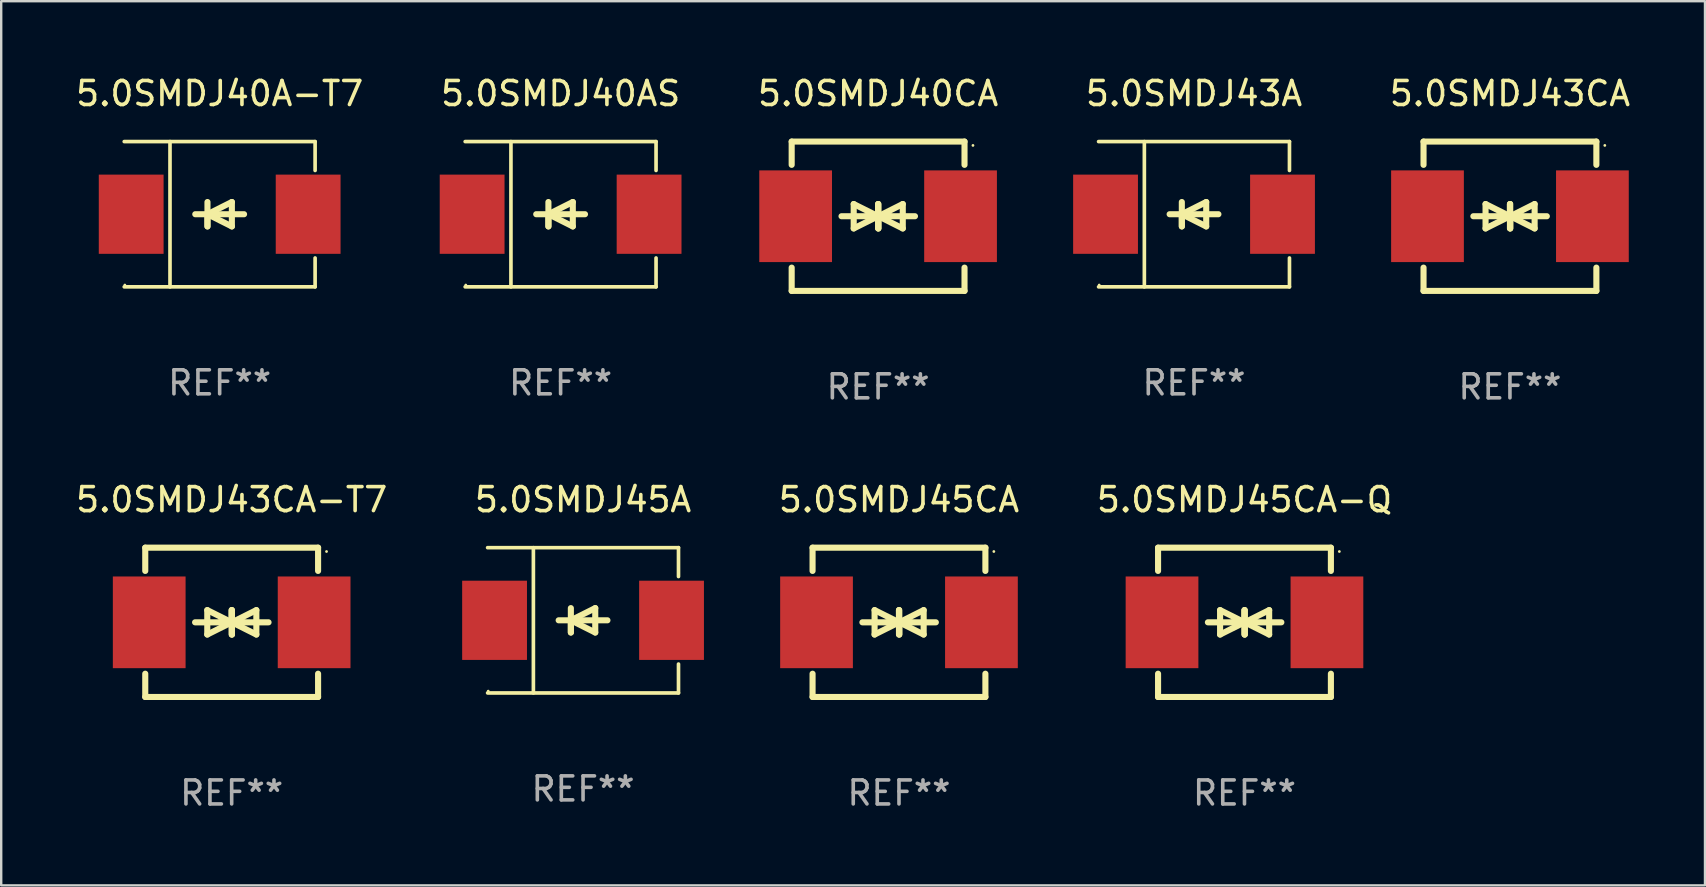
<source format=kicad_pcb>
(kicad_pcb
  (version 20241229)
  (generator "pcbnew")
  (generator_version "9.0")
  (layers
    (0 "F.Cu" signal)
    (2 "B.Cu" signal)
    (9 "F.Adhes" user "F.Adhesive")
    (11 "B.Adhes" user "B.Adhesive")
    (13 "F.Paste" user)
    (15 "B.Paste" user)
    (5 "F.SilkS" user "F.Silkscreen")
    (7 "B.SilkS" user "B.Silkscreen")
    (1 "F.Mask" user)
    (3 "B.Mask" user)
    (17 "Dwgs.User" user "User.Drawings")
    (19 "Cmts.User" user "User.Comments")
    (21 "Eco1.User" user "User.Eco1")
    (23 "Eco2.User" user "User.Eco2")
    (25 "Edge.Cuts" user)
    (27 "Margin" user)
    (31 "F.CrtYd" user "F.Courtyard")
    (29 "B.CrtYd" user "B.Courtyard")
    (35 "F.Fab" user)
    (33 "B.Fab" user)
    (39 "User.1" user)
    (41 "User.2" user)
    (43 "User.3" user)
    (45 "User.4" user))
  (footprint "5.0SMDJ43CA"
    (layer "F.Cu")
    (at 59.852 5.958)
    (property "Reference" "5.0SMDJ43CA" (at 0 -5.11 0) (layer "F.SilkS") (effects (font (size 1 1) (thickness 0.15))))
    (attr through_hole)
    (fp_line (start -3.6 -2.141) (end -3.6 -3.11) (stroke (width 0.254) (type solid)) (layer "F.SilkS"))
    (fp_line (start -3.6 3.11) (end -3.6 2.141) (stroke (width 0.254) (type solid)) (layer "F.SilkS"))
    (fp_line (start -1.524 0) (end 0.508 0) (stroke (width 0.254) (type solid)) (layer "F.SilkS"))
    (fp_line (start -1.016 -0.508) (end -1.016 0.508) (stroke (width 0.254) (type solid)) (layer "F.SilkS"))
    (fp_line (start -1.016 0.508) (end 0 0) (stroke (width 0.254) (type solid)) (layer "F.SilkS"))
    (fp_line (start 0 -0.508) (end 0 0.508) (stroke (width 0.254) (type solid)) (layer "F.SilkS"))
    (fp_line (start 0 0) (end -1.016 -0.508) (stroke (width 0.254) (type solid)) (layer "F.SilkS"))
    (fp_line (start 0 0) (end 0 -0.508) (stroke (width 0.254) (type solid)) (layer "F.SilkS"))
    (fp_line (start 0.012 0) (end 0.012 0.508) (stroke (width 0.254) (type solid)) (layer "F.SilkS"))
    (fp_line (start 0.012 0) (end 1.028 0.508) (stroke (width 0.254) (type solid)) (layer "F.SilkS"))
    (fp_line (start 0.012 0.508) (end 0.012 -0.508) (stroke (width 0.254) (type solid)) (layer "F.SilkS"))
    (fp_line (start 1.028 -0.508) (end 0.012 0) (stroke (width 0.254) (type solid)) (layer "F.SilkS"))
    (fp_line (start 1.028 0.508) (end 1.028 -0.508) (stroke (width 0.254) (type solid)) (layer "F.SilkS"))
    (fp_line (start 1.536 0) (end -0.496 0) (stroke (width 0.254) (type solid)) (layer "F.SilkS"))
    (fp_line (start 3.6 -3.11) (end -3.6 -3.11) (stroke (width 0.254) (type solid)) (layer "F.SilkS"))
    (fp_line (start 3.6 -2.141) (end 3.6 -3.11) (stroke (width 0.254) (type solid)) (layer "F.SilkS"))
    (fp_line (start 3.6 3.11) (end -3.6 3.11) (stroke (width 0.254) (type solid)) (layer "F.SilkS"))
    (fp_line (start 3.6 3.11) (end 3.6 2.141) (stroke (width 0.254) (type solid)) (layer "F.SilkS"))
    (fp_circle (center 3.952 -2.95) (end 3.982 -2.95) (stroke (width 0.06) (type solid)) (fill no) (layer "F.SilkS"))
    (fp_text user "REF**" (at 0 7.11 0) (layer "F.Fab") (effects (font (size 1 1) (thickness 0.15))))
    (pad "1" smd rect (at 3.435 0) (size 3.03 3.82) (layers "F.Cu" "F.Mask" "F.Paste"))
    (pad "2" smd rect (at -3.435 0) (size 3.03 3.82) (layers "F.Cu" "F.Mask" "F.Paste")))
  (footprint "5.0SMDJ45A"
    (layer "F.Cu")
    (at 21.239 22.791)
    (property "Reference" "5.0SMDJ45A" (at 0 -5.026 0) (layer "F.SilkS") (effects (font (size 1 1) (thickness 0.15))))
    (attr through_hole)
    (fp_line (start -3.976 -3.026) (end 3.976 -3.026) (stroke (width 0.152) (type solid)) (layer "F.SilkS"))
    (fp_line (start -3.976 3.026) (end 3.976 3.026) (stroke (width 0.152) (type solid)) (layer "F.SilkS"))
    (fp_line (start -2.069 -3.026) (end -2.069 3.026) (stroke (width 0.152) (type solid)) (layer "F.SilkS"))
    (fp_line (start -0.508 0) (end -0.508 0.508) (stroke (width 0.254) (type solid)) (layer "F.SilkS"))
    (fp_line (start -0.508 0) (end 0.508 0.508) (stroke (width 0.254) (type solid)) (layer "F.SilkS"))
    (fp_line (start -0.508 0.508) (end -0.508 -0.508) (stroke (width 0.254) (type solid)) (layer "F.SilkS"))
    (fp_line (start 0.508 -0.508) (end -0.508 0) (stroke (width 0.254) (type solid)) (layer "F.SilkS"))
    (fp_line (start 0.508 0.508) (end 0.508 -0.508) (stroke (width 0.254) (type solid)) (layer "F.SilkS"))
    (fp_line (start 1.016 0) (end -1.016 0) (stroke (width 0.254) (type solid)) (layer "F.SilkS"))
    (fp_line (start 3.976 -3.026) (end 3.976 -1.823) (stroke (width 0.152) (type solid)) (layer "F.SilkS"))
    (fp_line (start 3.976 3.026) (end 3.976 1.823) (stroke (width 0.152) (type solid)) (layer "F.SilkS"))
    (fp_circle (center -3.95 2.95) (end -3.92 2.95) (stroke (width 0.06) (type solid)) (fill no) (layer "F.SilkS"))
    (fp_text user "REF**" (at 0 7.026 0) (layer "F.Fab") (effects (font (size 1 1) (thickness 0.15))))
    (pad "1" smd rect (at -3.686 0) (size 2.7 3.3) (layers "F.Cu" "F.Mask" "F.Paste"))
    (pad "2" smd rect (at 3.686 0) (size 2.7 3.3) (layers "F.Cu" "F.Mask" "F.Paste")))
  (footprint "5.0SMDJ43CA-T7"
    (layer "F.Cu")
    (at 6.601 22.875)
    (property "Reference" "5.0SMDJ43CA-T7" (at 0 -5.11 0) (layer "F.SilkS") (effects (font (size 1 1) (thickness 0.15))))
    (attr through_hole)
    (fp_line (start -3.6 -2.141) (end -3.6 -3.11) (stroke (width 0.254) (type solid)) (layer "F.SilkS"))
    (fp_line (start -3.6 3.11) (end -3.6 2.141) (stroke (width 0.254) (type solid)) (layer "F.SilkS"))
    (fp_line (start -1.524 0) (end 0.508 0) (stroke (width 0.254) (type solid)) (layer "F.SilkS"))
    (fp_line (start -1.016 -0.508) (end -1.016 0.508) (stroke (width 0.254) (type solid)) (layer "F.SilkS"))
    (fp_line (start -1.016 0.508) (end 0 0) (stroke (width 0.254) (type solid)) (layer "F.SilkS"))
    (fp_line (start 0 -0.508) (end 0 0.508) (stroke (width 0.254) (type solid)) (layer "F.SilkS"))
    (fp_line (start 0 0) (end -1.016 -0.508) (stroke (width 0.254) (type solid)) (layer "F.SilkS"))
    (fp_line (start 0 0) (end 0 -0.508) (stroke (width 0.254) (type solid)) (layer "F.SilkS"))
    (fp_line (start 0.012 0) (end 0.012 0.508) (stroke (width 0.254) (type solid)) (layer "F.SilkS"))
    (fp_line (start 0.012 0) (end 1.028 0.508) (stroke (width 0.254) (type solid)) (layer "F.SilkS"))
    (fp_line (start 0.012 0.508) (end 0.012 -0.508) (stroke (width 0.254) (type solid)) (layer "F.SilkS"))
    (fp_line (start 1.028 -0.508) (end 0.012 0) (stroke (width 0.254) (type solid)) (layer "F.SilkS"))
    (fp_line (start 1.028 0.508) (end 1.028 -0.508) (stroke (width 0.254) (type solid)) (layer "F.SilkS"))
    (fp_line (start 1.536 0) (end -0.496 0) (stroke (width 0.254) (type solid)) (layer "F.SilkS"))
    (fp_line (start 3.6 -3.11) (end -3.6 -3.11) (stroke (width 0.254) (type solid)) (layer "F.SilkS"))
    (fp_line (start 3.6 -2.141) (end 3.6 -3.11) (stroke (width 0.254) (type solid)) (layer "F.SilkS"))
    (fp_line (start 3.6 3.11) (end -3.6 3.11) (stroke (width 0.254) (type solid)) (layer "F.SilkS"))
    (fp_line (start 3.6 3.11) (end 3.6 2.141) (stroke (width 0.254) (type solid)) (layer "F.SilkS"))
    (fp_circle (center 3.952 -2.95) (end 3.982 -2.95) (stroke (width 0.06) (type solid)) (fill no) (layer "F.SilkS"))
    (fp_text user "REF**" (at 0 7.11 0) (layer "F.Fab") (effects (font (size 1 1) (thickness 0.15))))
    (pad "1" smd rect (at 3.435 0) (size 3.03 3.82) (layers "F.Cu" "F.Mask" "F.Paste"))
    (pad "2" smd rect (at -3.435 0) (size 3.03 3.82) (layers "F.Cu" "F.Mask" "F.Paste")))
  (footprint "5.0SMDJ40CA"
    (layer "F.Cu")
    (at 33.53 5.958)
    (property "Reference" "5.0SMDJ40CA" (at 0 -5.11 0) (layer "F.SilkS") (effects (font (size 1 1) (thickness 0.15))))
    (attr through_hole)
    (fp_line (start -3.6 -2.141) (end -3.6 -3.11) (stroke (width 0.254) (type solid)) (layer "F.SilkS"))
    (fp_line (start -3.6 3.11) (end -3.6 2.141) (stroke (width 0.254) (type solid)) (layer "F.SilkS"))
    (fp_line (start -1.524 0) (end 0.508 0) (stroke (width 0.254) (type solid)) (layer "F.SilkS"))
    (fp_line (start -1.016 -0.508) (end -1.016 0.508) (stroke (width 0.254) (type solid)) (layer "F.SilkS"))
    (fp_line (start -1.016 0.508) (end 0 0) (stroke (width 0.254) (type solid)) (layer "F.SilkS"))
    (fp_line (start 0 -0.508) (end 0 0.508) (stroke (width 0.254) (type solid)) (layer "F.SilkS"))
    (fp_line (start 0 0) (end -1.016 -0.508) (stroke (width 0.254) (type solid)) (layer "F.SilkS"))
    (fp_line (start 0 0) (end 0 -0.508) (stroke (width 0.254) (type solid)) (layer "F.SilkS"))
    (fp_line (start 0.012 0) (end 0.012 0.508) (stroke (width 0.254) (type solid)) (layer "F.SilkS"))
    (fp_line (start 0.012 0) (end 1.028 0.508) (stroke (width 0.254) (type solid)) (layer "F.SilkS"))
    (fp_line (start 0.012 0.508) (end 0.012 -0.508) (stroke (width 0.254) (type solid)) (layer "F.SilkS"))
    (fp_line (start 1.028 -0.508) (end 0.012 0) (stroke (width 0.254) (type solid)) (layer "F.SilkS"))
    (fp_line (start 1.028 0.508) (end 1.028 -0.508) (stroke (width 0.254) (type solid)) (layer "F.SilkS"))
    (fp_line (start 1.536 0) (end -0.496 0) (stroke (width 0.254) (type solid)) (layer "F.SilkS"))
    (fp_line (start 3.6 -3.11) (end -3.6 -3.11) (stroke (width 0.254) (type solid)) (layer "F.SilkS"))
    (fp_line (start 3.6 -2.141) (end 3.6 -3.11) (stroke (width 0.254) (type solid)) (layer "F.SilkS"))
    (fp_line (start 3.6 3.11) (end -3.6 3.11) (stroke (width 0.254) (type solid)) (layer "F.SilkS"))
    (fp_line (start 3.6 3.11) (end 3.6 2.141) (stroke (width 0.254) (type solid)) (layer "F.SilkS"))
    (fp_circle (center 3.952 -2.95) (end 3.982 -2.95) (stroke (width 0.06) (type solid)) (fill no) (layer "F.SilkS"))
    (fp_text user "REF**" (at 0 7.11 0) (layer "F.Fab") (effects (font (size 1 1) (thickness 0.15))))
    (pad "1" smd rect (at 3.435 0) (size 3.03 3.82) (layers "F.Cu" "F.Mask" "F.Paste"))
    (pad "2" smd rect (at -3.435 0) (size 3.03 3.82) (layers "F.Cu" "F.Mask" "F.Paste")))
  (footprint "5.0SMDJ40AS"
    (layer "F.Cu")
    (at 20.304 5.874)
    (property "Reference" "5.0SMDJ40AS" (at 0 -5.026 0) (layer "F.SilkS") (effects (font (size 1 1) (thickness 0.15))))
    (attr through_hole)
    (fp_line (start -3.976 -3.026) (end 3.976 -3.026) (stroke (width 0.152) (type solid)) (layer "F.SilkS"))
    (fp_line (start -3.976 3.026) (end 3.976 3.026) (stroke (width 0.152) (type solid)) (layer "F.SilkS"))
    (fp_line (start -2.069 -3.026) (end -2.069 3.026) (stroke (width 0.152) (type solid)) (layer "F.SilkS"))
    (fp_line (start -0.508 0) (end -0.508 0.508) (stroke (width 0.254) (type solid)) (layer "F.SilkS"))
    (fp_line (start -0.508 0) (end 0.508 0.508) (stroke (width 0.254) (type solid)) (layer "F.SilkS"))
    (fp_line (start -0.508 0.508) (end -0.508 -0.508) (stroke (width 0.254) (type solid)) (layer "F.SilkS"))
    (fp_line (start 0.508 -0.508) (end -0.508 0) (stroke (width 0.254) (type solid)) (layer "F.SilkS"))
    (fp_line (start 0.508 0.508) (end 0.508 -0.508) (stroke (width 0.254) (type solid)) (layer "F.SilkS"))
    (fp_line (start 1.016 0) (end -1.016 0) (stroke (width 0.254) (type solid)) (layer "F.SilkS"))
    (fp_line (start 3.976 -3.026) (end 3.976 -1.823) (stroke (width 0.152) (type solid)) (layer "F.SilkS"))
    (fp_line (start 3.976 3.026) (end 3.976 1.823) (stroke (width 0.152) (type solid)) (layer "F.SilkS"))
    (fp_circle (center -3.95 2.95) (end -3.92 2.95) (stroke (width 0.06) (type solid)) (fill no) (layer "F.SilkS"))
    (fp_text user "REF**" (at 0 7.026 0) (layer "F.Fab") (effects (font (size 1 1) (thickness 0.15))))
    (pad "1" smd rect (at -3.686 0) (size 2.7 3.3) (layers "F.Cu" "F.Mask" "F.Paste"))
    (pad "2" smd rect (at 3.686 0) (size 2.7 3.3) (layers "F.Cu" "F.Mask" "F.Paste")))
  (footprint "5.0SMDJ43A"
    (layer "F.Cu")
    (at 46.691 5.874)
    (property "Reference" "5.0SMDJ43A" (at 0 -5.026 0) (layer "F.SilkS") (effects (font (size 1 1) (thickness 0.15))))
    (attr through_hole)
    (fp_line (start -3.976 -3.026) (end 3.976 -3.026) (stroke (width 0.152) (type solid)) (layer "F.SilkS"))
    (fp_line (start -3.976 3.026) (end 3.976 3.026) (stroke (width 0.152) (type solid)) (layer "F.SilkS"))
    (fp_line (start -2.069 -3.026) (end -2.069 3.026) (stroke (width 0.152) (type solid)) (layer "F.SilkS"))
    (fp_line (start -0.508 0) (end -0.508 0.508) (stroke (width 0.254) (type solid)) (layer "F.SilkS"))
    (fp_line (start -0.508 0) (end 0.508 0.508) (stroke (width 0.254) (type solid)) (layer "F.SilkS"))
    (fp_line (start -0.508 0.508) (end -0.508 -0.508) (stroke (width 0.254) (type solid)) (layer "F.SilkS"))
    (fp_line (start 0.508 -0.508) (end -0.508 0) (stroke (width 0.254) (type solid)) (layer "F.SilkS"))
    (fp_line (start 0.508 0.508) (end 0.508 -0.508) (stroke (width 0.254) (type solid)) (layer "F.SilkS"))
    (fp_line (start 1.016 0) (end -1.016 0) (stroke (width 0.254) (type solid)) (layer "F.SilkS"))
    (fp_line (start 3.976 -3.026) (end 3.976 -1.823) (stroke (width 0.152) (type solid)) (layer "F.SilkS"))
    (fp_line (start 3.976 3.026) (end 3.976 1.823) (stroke (width 0.152) (type solid)) (layer "F.SilkS"))
    (fp_circle (center -3.95 2.95) (end -3.92 2.95) (stroke (width 0.06) (type solid)) (fill no) (layer "F.SilkS"))
    (fp_text user "REF**" (at 0 7.026 0) (layer "F.Fab") (effects (font (size 1 1) (thickness 0.15))))
    (pad "1" smd rect (at -3.686 0) (size 2.7 3.3) (layers "F.Cu" "F.Mask" "F.Paste"))
    (pad "2" smd rect (at 3.686 0) (size 2.7 3.3) (layers "F.Cu" "F.Mask" "F.Paste")))
  (footprint "5.0SMDJ45CA-Q"
    (layer "F.Cu")
    (at 48.793 22.875)
    (property "Reference" "5.0SMDJ45CA-Q" (at 0 -5.11 0) (layer "F.SilkS") (effects (font (size 1 1) (thickness 0.15))))
    (attr through_hole)
    (fp_line (start -3.6 -2.141) (end -3.6 -3.11) (stroke (width 0.254) (type solid)) (layer "F.SilkS"))
    (fp_line (start -3.6 3.11) (end -3.6 2.141) (stroke (width 0.254) (type solid)) (layer "F.SilkS"))
    (fp_line (start -1.524 0) (end 0.508 0) (stroke (width 0.254) (type solid)) (layer "F.SilkS"))
    (fp_line (start -1.016 -0.508) (end -1.016 0.508) (stroke (width 0.254) (type solid)) (layer "F.SilkS"))
    (fp_line (start -1.016 0.508) (end 0 0) (stroke (width 0.254) (type solid)) (layer "F.SilkS"))
    (fp_line (start 0 -0.508) (end 0 0.508) (stroke (width 0.254) (type solid)) (layer "F.SilkS"))
    (fp_line (start 0 0) (end -1.016 -0.508) (stroke (width 0.254) (type solid)) (layer "F.SilkS"))
    (fp_line (start 0 0) (end 0 -0.508) (stroke (width 0.254) (type solid)) (layer "F.SilkS"))
    (fp_line (start 0.012 0) (end 0.012 0.508) (stroke (width 0.254) (type solid)) (layer "F.SilkS"))
    (fp_line (start 0.012 0) (end 1.028 0.508) (stroke (width 0.254) (type solid)) (layer "F.SilkS"))
    (fp_line (start 0.012 0.508) (end 0.012 -0.508) (stroke (width 0.254) (type solid)) (layer "F.SilkS"))
    (fp_line (start 1.028 -0.508) (end 0.012 0) (stroke (width 0.254) (type solid)) (layer "F.SilkS"))
    (fp_line (start 1.028 0.508) (end 1.028 -0.508) (stroke (width 0.254) (type solid)) (layer "F.SilkS"))
    (fp_line (start 1.536 0) (end -0.496 0) (stroke (width 0.254) (type solid)) (layer "F.SilkS"))
    (fp_line (start 3.6 -3.11) (end -3.6 -3.11) (stroke (width 0.254) (type solid)) (layer "F.SilkS"))
    (fp_line (start 3.6 -2.141) (end 3.6 -3.11) (stroke (width 0.254) (type solid)) (layer "F.SilkS"))
    (fp_line (start 3.6 3.11) (end -3.6 3.11) (stroke (width 0.254) (type solid)) (layer "F.SilkS"))
    (fp_line (start 3.6 3.11) (end 3.6 2.141) (stroke (width 0.254) (type solid)) (layer "F.SilkS"))
    (fp_circle (center 3.952 -2.95) (end 3.982 -2.95) (stroke (width 0.06) (type solid)) (fill no) (layer "F.SilkS"))
    (fp_text user "REF**" (at 0 7.11 0) (layer "F.Fab") (effects (font (size 1 1) (thickness 0.15))))
    (pad "1" smd rect (at 3.435 0) (size 3.03 3.82) (layers "F.Cu" "F.Mask" "F.Paste"))
    (pad "2" smd rect (at -3.435 0) (size 3.03 3.82) (layers "F.Cu" "F.Mask" "F.Paste")))
  (footprint "5.0SMDJ40A-T7"
    (layer "F.Cu")
    (at 6.101 5.874)
    (property "Reference" "5.0SMDJ40A-T7" (at 0 -5.026 0) (layer "F.SilkS") (effects (font (size 1 1) (thickness 0.15))))
    (attr through_hole)
    (fp_line (start -3.976 -3.026) (end 3.976 -3.026) (stroke (width 0.152) (type solid)) (layer "F.SilkS"))
    (fp_line (start -3.976 3.026) (end 3.976 3.026) (stroke (width 0.152) (type solid)) (layer "F.SilkS"))
    (fp_line (start -2.069 -3.026) (end -2.069 3.026) (stroke (width 0.152) (type solid)) (layer "F.SilkS"))
    (fp_line (start -0.508 0) (end -0.508 0.508) (stroke (width 0.254) (type solid)) (layer "F.SilkS"))
    (fp_line (start -0.508 0) (end 0.508 0.508) (stroke (width 0.254) (type solid)) (layer "F.SilkS"))
    (fp_line (start -0.508 0.508) (end -0.508 -0.508) (stroke (width 0.254) (type solid)) (layer "F.SilkS"))
    (fp_line (start 0.508 -0.508) (end -0.508 0) (stroke (width 0.254) (type solid)) (layer "F.SilkS"))
    (fp_line (start 0.508 0.508) (end 0.508 -0.508) (stroke (width 0.254) (type solid)) (layer "F.SilkS"))
    (fp_line (start 1.016 0) (end -1.016 0) (stroke (width 0.254) (type solid)) (layer "F.SilkS"))
    (fp_line (start 3.976 -3.026) (end 3.976 -1.823) (stroke (width 0.152) (type solid)) (layer "F.SilkS"))
    (fp_line (start 3.976 3.026) (end 3.976 1.823) (stroke (width 0.152) (type solid)) (layer "F.SilkS"))
    (fp_circle (center -3.95 2.95) (end -3.92 2.95) (stroke (width 0.06) (type solid)) (fill no) (layer "F.SilkS"))
    (fp_text user "REF**" (at 0 7.026 0) (layer "F.Fab") (effects (font (size 1 1) (thickness 0.15))))
    (pad "1" smd rect (at -3.686 0) (size 2.7 3.3) (layers "F.Cu" "F.Mask" "F.Paste"))
    (pad "2" smd rect (at 3.686 0) (size 2.7 3.3) (layers "F.Cu" "F.Mask" "F.Paste")))
  (footprint "5.0SMDJ45CA"
    (layer "F.Cu")
    (at 34.4 22.875)
    (property "Reference" "5.0SMDJ45CA" (at 0 -5.11 0) (layer "F.SilkS") (effects (font (size 1 1) (thickness 0.15))))
    (attr through_hole)
    (fp_line (start -3.6 -2.141) (end -3.6 -3.11) (stroke (width 0.254) (type solid)) (layer "F.SilkS"))
    (fp_line (start -3.6 3.11) (end -3.6 2.141) (stroke (width 0.254) (type solid)) (layer "F.SilkS"))
    (fp_line (start -1.524 0) (end 0.508 0) (stroke (width 0.254) (type solid)) (layer "F.SilkS"))
    (fp_line (start -1.016 -0.508) (end -1.016 0.508) (stroke (width 0.254) (type solid)) (layer "F.SilkS"))
    (fp_line (start -1.016 0.508) (end 0 0) (stroke (width 0.254) (type solid)) (layer "F.SilkS"))
    (fp_line (start 0 -0.508) (end 0 0.508) (stroke (width 0.254) (type solid)) (layer "F.SilkS"))
    (fp_line (start 0 0) (end -1.016 -0.508) (stroke (width 0.254) (type solid)) (layer "F.SilkS"))
    (fp_line (start 0 0) (end 0 -0.508) (stroke (width 0.254) (type solid)) (layer "F.SilkS"))
    (fp_line (start 0.012 0) (end 0.012 0.508) (stroke (width 0.254) (type solid)) (layer "F.SilkS"))
    (fp_line (start 0.012 0) (end 1.028 0.508) (stroke (width 0.254) (type solid)) (layer "F.SilkS"))
    (fp_line (start 0.012 0.508) (end 0.012 -0.508) (stroke (width 0.254) (type solid)) (layer "F.SilkS"))
    (fp_line (start 1.028 -0.508) (end 0.012 0) (stroke (width 0.254) (type solid)) (layer "F.SilkS"))
    (fp_line (start 1.028 0.508) (end 1.028 -0.508) (stroke (width 0.254) (type solid)) (layer "F.SilkS"))
    (fp_line (start 1.536 0) (end -0.496 0) (stroke (width 0.254) (type solid)) (layer "F.SilkS"))
    (fp_line (start 3.6 -3.11) (end -3.6 -3.11) (stroke (width 0.254) (type solid)) (layer "F.SilkS"))
    (fp_line (start 3.6 -2.141) (end 3.6 -3.11) (stroke (width 0.254) (type solid)) (layer "F.SilkS"))
    (fp_line (start 3.6 3.11) (end -3.6 3.11) (stroke (width 0.254) (type solid)) (layer "F.SilkS"))
    (fp_line (start 3.6 3.11) (end 3.6 2.141) (stroke (width 0.254) (type solid)) (layer "F.SilkS"))
    (fp_circle (center 3.952 -2.95) (end 3.982 -2.95) (stroke (width 0.06) (type solid)) (fill no) (layer "F.SilkS"))
    (fp_text user "REF**" (at 0 7.11 0) (layer "F.Fab") (effects (font (size 1 1) (thickness 0.15))))
    (pad "1" smd rect (at 3.435 0) (size 3.03 3.82) (layers "F.Cu" "F.Mask" "F.Paste"))
    (pad "2" smd rect (at -3.435 0) (size 3.03 3.82) (layers "F.Cu" "F.Mask" "F.Paste")))
  (gr_rect
    (start -3 -3)
    (end 67.977 33.833)
    (stroke (width 0.1) (type default))
    (fill no)
    (layer "Edge.Cuts")))
</source>
